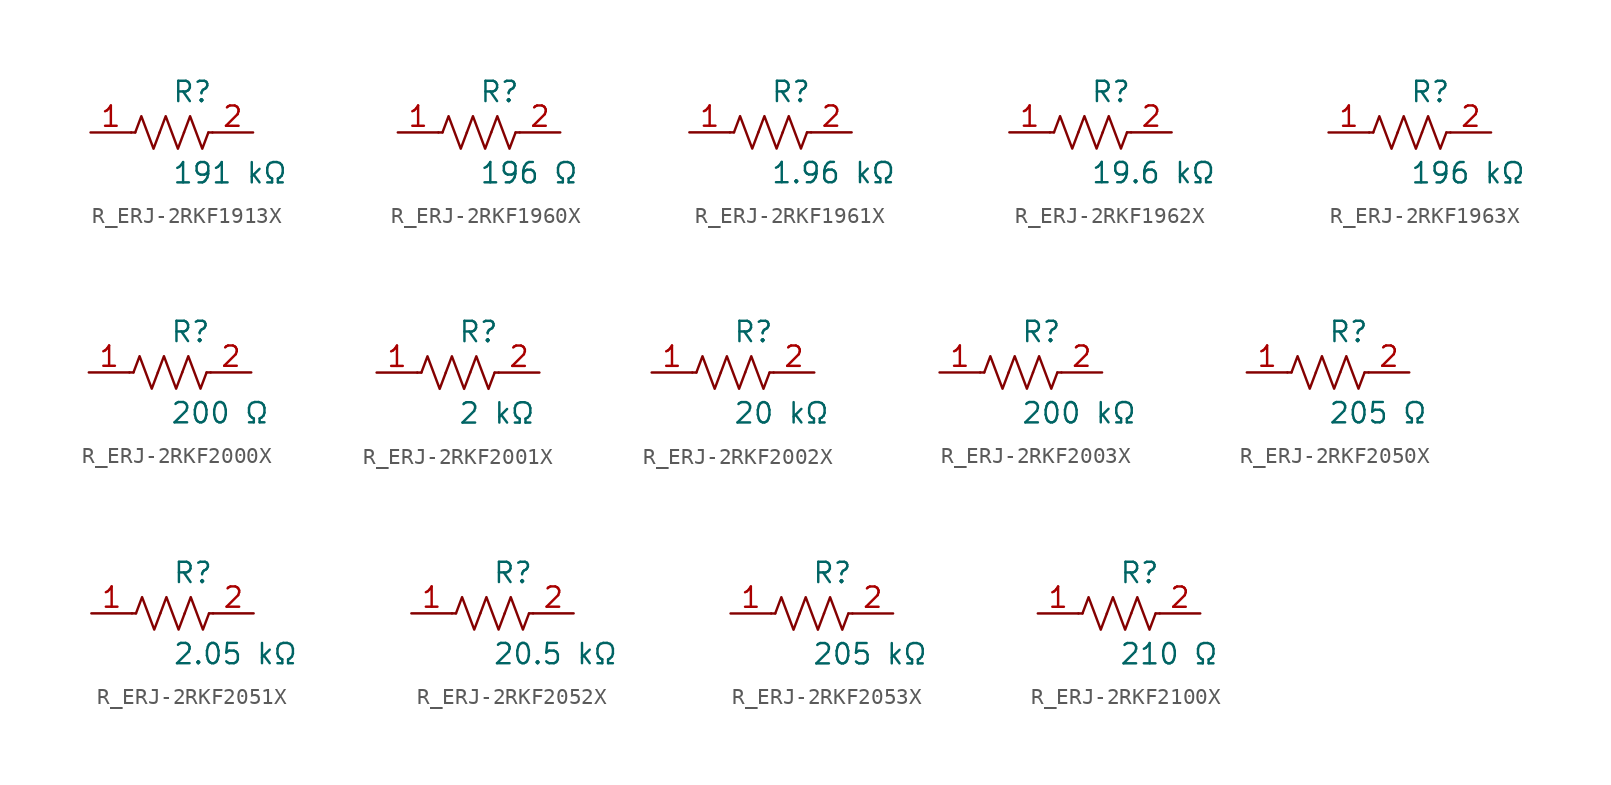
<source format=kicad_sym>
(kicad_symbol_lib
  (version 20231120)
  (generator kicad_symbol_editor)
  (generator_version 8.0)
  (symbol "R_ERJ-2RKF1913X"
    (pin_names
      (offset 0.254))
    (property "Reference" "R"
      (at 0 2.54 0)
      (effects (font (size 1.27 1.27)) (justify left)))
    (property "Value" "191 kΩ"
      (at 0 -2.54 0)
      (effects (font (size 1.27 1.27)) (justify left)))
    (symbol "R_ERJ-2RKF1913X_0_1"
      (polyline (pts (xy 2.286 0) (xy 2.54 0)) (stroke (width 0) (type default)) (fill (type none)))
      (polyline (pts (xy -2.286 0) (xy -2.54 0)) (stroke (width 0) (type default)) (fill (type none)))
      (polyline (pts (xy 0.762 0) (xy 1.143 1.016) (xy 1.524 0) (xy 1.905 -1.016) (xy 2.286 0)) (stroke (width 0) (type default)) (fill (type none)))
      (polyline (pts (xy -0.762 0) (xy -0.381 1.016) (xy 0 0) (xy 0.381 -1.016) (xy 0.762 0)) (stroke (width 0) (type default)) (fill (type none)))
      (polyline (pts (xy -2.286 0) (xy -1.905 1.016) (xy -1.524 0) (xy -1.143 -1.016) (xy -0.762 0)) (stroke (width 0) (type default)) (fill (type none))))
    (pin passive line
      (at -5.08 0 0)
      (length 2.54)
      (name "" (effects (font (size 1.27 1.27))))
      (number "1" (effects (font (size 1.27 1.27)))))
    (pin passive line
      (at 5.08 0 180)
      (length 2.54)
      (name "" (effects (font (size 1.27 1.27))))
      (number "2" (effects (font (size 1.27 1.27))))))
  (symbol "R_ERJ-2RKF1960X"
    (pin_names
      (offset 0.254))
    (property "Reference" "R"
      (at 0 2.54 0)
      (effects (font (size 1.27 1.27)) (justify left)))
    (property "Value" "196 Ω"
      (at 0 -2.54 0)
      (effects (font (size 1.27 1.27)) (justify left)))
    (symbol "R_ERJ-2RKF1960X_0_1"
      (polyline (pts (xy 2.286 0) (xy 2.54 0)) (stroke (width 0) (type default)) (fill (type none)))
      (polyline (pts (xy -2.286 0) (xy -2.54 0)) (stroke (width 0) (type default)) (fill (type none)))
      (polyline (pts (xy 0.762 0) (xy 1.143 1.016) (xy 1.524 0) (xy 1.905 -1.016) (xy 2.286 0)) (stroke (width 0) (type default)) (fill (type none)))
      (polyline (pts (xy -0.762 0) (xy -0.381 1.016) (xy 0 0) (xy 0.381 -1.016) (xy 0.762 0)) (stroke (width 0) (type default)) (fill (type none)))
      (polyline (pts (xy -2.286 0) (xy -1.905 1.016) (xy -1.524 0) (xy -1.143 -1.016) (xy -0.762 0)) (stroke (width 0) (type default)) (fill (type none))))
    (pin passive line
      (at -5.08 0 0)
      (length 2.54)
      (name "" (effects (font (size 1.27 1.27))))
      (number "1" (effects (font (size 1.27 1.27)))))
    (pin passive line
      (at 5.08 0 180)
      (length 2.54)
      (name "" (effects (font (size 1.27 1.27))))
      (number "2" (effects (font (size 1.27 1.27))))))
  (symbol "R_ERJ-2RKF1961X"
    (pin_names
      (offset 0.254))
    (property "Reference" "R"
      (at 0 2.54 0)
      (effects (font (size 1.27 1.27)) (justify left)))
    (property "Value" "1.96 kΩ"
      (at 0 -2.54 0)
      (effects (font (size 1.27 1.27)) (justify left)))
    (symbol "R_ERJ-2RKF1961X_0_1"
      (polyline (pts (xy 2.286 0) (xy 2.54 0)) (stroke (width 0) (type default)) (fill (type none)))
      (polyline (pts (xy -2.286 0) (xy -2.54 0)) (stroke (width 0) (type default)) (fill (type none)))
      (polyline (pts (xy 0.762 0) (xy 1.143 1.016) (xy 1.524 0) (xy 1.905 -1.016) (xy 2.286 0)) (stroke (width 0) (type default)) (fill (type none)))
      (polyline (pts (xy -0.762 0) (xy -0.381 1.016) (xy 0 0) (xy 0.381 -1.016) (xy 0.762 0)) (stroke (width 0) (type default)) (fill (type none)))
      (polyline (pts (xy -2.286 0) (xy -1.905 1.016) (xy -1.524 0) (xy -1.143 -1.016) (xy -0.762 0)) (stroke (width 0) (type default)) (fill (type none))))
    (pin passive line
      (at -5.08 0 0)
      (length 2.54)
      (name "" (effects (font (size 1.27 1.27))))
      (number "1" (effects (font (size 1.27 1.27)))))
    (pin passive line
      (at 5.08 0 180)
      (length 2.54)
      (name "" (effects (font (size 1.27 1.27))))
      (number "2" (effects (font (size 1.27 1.27))))))
  (symbol "R_ERJ-2RKF1962X"
    (pin_names
      (offset 0.254))
    (property "Reference" "R"
      (at 0 2.54 0)
      (effects (font (size 1.27 1.27)) (justify left)))
    (property "Value" "19.6 kΩ"
      (at 0 -2.54 0)
      (effects (font (size 1.27 1.27)) (justify left)))
    (symbol "R_ERJ-2RKF1962X_0_1"
      (polyline (pts (xy 2.286 0) (xy 2.54 0)) (stroke (width 0) (type default)) (fill (type none)))
      (polyline (pts (xy -2.286 0) (xy -2.54 0)) (stroke (width 0) (type default)) (fill (type none)))
      (polyline (pts (xy 0.762 0) (xy 1.143 1.016) (xy 1.524 0) (xy 1.905 -1.016) (xy 2.286 0)) (stroke (width 0) (type default)) (fill (type none)))
      (polyline (pts (xy -0.762 0) (xy -0.381 1.016) (xy 0 0) (xy 0.381 -1.016) (xy 0.762 0)) (stroke (width 0) (type default)) (fill (type none)))
      (polyline (pts (xy -2.286 0) (xy -1.905 1.016) (xy -1.524 0) (xy -1.143 -1.016) (xy -0.762 0)) (stroke (width 0) (type default)) (fill (type none))))
    (pin passive line
      (at -5.08 0 0)
      (length 2.54)
      (name "" (effects (font (size 1.27 1.27))))
      (number "1" (effects (font (size 1.27 1.27)))))
    (pin passive line
      (at 5.08 0 180)
      (length 2.54)
      (name "" (effects (font (size 1.27 1.27))))
      (number "2" (effects (font (size 1.27 1.27))))))
  (symbol "R_ERJ-2RKF1963X"
    (pin_names
      (offset 0.254))
    (property "Reference" "R"
      (at 0 2.54 0)
      (effects (font (size 1.27 1.27)) (justify left)))
    (property "Value" "196 kΩ"
      (at 0 -2.54 0)
      (effects (font (size 1.27 1.27)) (justify left)))
    (symbol "R_ERJ-2RKF1963X_0_1"
      (polyline (pts (xy 2.286 0) (xy 2.54 0)) (stroke (width 0) (type default)) (fill (type none)))
      (polyline (pts (xy -2.286 0) (xy -2.54 0)) (stroke (width 0) (type default)) (fill (type none)))
      (polyline (pts (xy 0.762 0) (xy 1.143 1.016) (xy 1.524 0) (xy 1.905 -1.016) (xy 2.286 0)) (stroke (width 0) (type default)) (fill (type none)))
      (polyline (pts (xy -0.762 0) (xy -0.381 1.016) (xy 0 0) (xy 0.381 -1.016) (xy 0.762 0)) (stroke (width 0) (type default)) (fill (type none)))
      (polyline (pts (xy -2.286 0) (xy -1.905 1.016) (xy -1.524 0) (xy -1.143 -1.016) (xy -0.762 0)) (stroke (width 0) (type default)) (fill (type none))))
    (pin passive line
      (at -5.08 0 0)
      (length 2.54)
      (name "" (effects (font (size 1.27 1.27))))
      (number "1" (effects (font (size 1.27 1.27)))))
    (pin passive line
      (at 5.08 0 180)
      (length 2.54)
      (name "" (effects (font (size 1.27 1.27))))
      (number "2" (effects (font (size 1.27 1.27))))))
  (symbol "R_ERJ-2RKF2000X"
    (pin_names
      (offset 0.254))
    (property "Reference" "R"
      (at 0 2.54 0)
      (effects (font (size 1.27 1.27)) (justify left)))
    (property "Value" "200 Ω"
      (at 0 -2.54 0)
      (effects (font (size 1.27 1.27)) (justify left)))
    (symbol "R_ERJ-2RKF2000X_0_1"
      (polyline (pts (xy 2.286 0) (xy 2.54 0)) (stroke (width 0) (type default)) (fill (type none)))
      (polyline (pts (xy -2.286 0) (xy -2.54 0)) (stroke (width 0) (type default)) (fill (type none)))
      (polyline (pts (xy 0.762 0) (xy 1.143 1.016) (xy 1.524 0) (xy 1.905 -1.016) (xy 2.286 0)) (stroke (width 0) (type default)) (fill (type none)))
      (polyline (pts (xy -0.762 0) (xy -0.381 1.016) (xy 0 0) (xy 0.381 -1.016) (xy 0.762 0)) (stroke (width 0) (type default)) (fill (type none)))
      (polyline (pts (xy -2.286 0) (xy -1.905 1.016) (xy -1.524 0) (xy -1.143 -1.016) (xy -0.762 0)) (stroke (width 0) (type default)) (fill (type none))))
    (pin passive line
      (at -5.08 0 0)
      (length 2.54)
      (name "" (effects (font (size 1.27 1.27))))
      (number "1" (effects (font (size 1.27 1.27)))))
    (pin passive line
      (at 5.08 0 180)
      (length 2.54)
      (name "" (effects (font (size 1.27 1.27))))
      (number "2" (effects (font (size 1.27 1.27))))))
  (symbol "R_ERJ-2RKF2001X"
    (pin_names
      (offset 0.254))
    (property "Reference" "R"
      (at 0 2.54 0)
      (effects (font (size 1.27 1.27)) (justify left)))
    (property "Value" "2 kΩ"
      (at 0 -2.54 0)
      (effects (font (size 1.27 1.27)) (justify left)))
    (symbol "R_ERJ-2RKF2001X_0_1"
      (polyline (pts (xy 2.286 0) (xy 2.54 0)) (stroke (width 0) (type default)) (fill (type none)))
      (polyline (pts (xy -2.286 0) (xy -2.54 0)) (stroke (width 0) (type default)) (fill (type none)))
      (polyline (pts (xy 0.762 0) (xy 1.143 1.016) (xy 1.524 0) (xy 1.905 -1.016) (xy 2.286 0)) (stroke (width 0) (type default)) (fill (type none)))
      (polyline (pts (xy -0.762 0) (xy -0.381 1.016) (xy 0 0) (xy 0.381 -1.016) (xy 0.762 0)) (stroke (width 0) (type default)) (fill (type none)))
      (polyline (pts (xy -2.286 0) (xy -1.905 1.016) (xy -1.524 0) (xy -1.143 -1.016) (xy -0.762 0)) (stroke (width 0) (type default)) (fill (type none))))
    (pin passive line
      (at -5.08 0 0)
      (length 2.54)
      (name "" (effects (font (size 1.27 1.27))))
      (number "1" (effects (font (size 1.27 1.27)))))
    (pin passive line
      (at 5.08 0 180)
      (length 2.54)
      (name "" (effects (font (size 1.27 1.27))))
      (number "2" (effects (font (size 1.27 1.27))))))
  (symbol "R_ERJ-2RKF2002X"
    (pin_names
      (offset 0.254))
    (property "Reference" "R"
      (at 0 2.54 0)
      (effects (font (size 1.27 1.27)) (justify left)))
    (property "Value" "20 kΩ"
      (at 0 -2.54 0)
      (effects (font (size 1.27 1.27)) (justify left)))
    (symbol "R_ERJ-2RKF2002X_0_1"
      (polyline (pts (xy 2.286 0) (xy 2.54 0)) (stroke (width 0) (type default)) (fill (type none)))
      (polyline (pts (xy -2.286 0) (xy -2.54 0)) (stroke (width 0) (type default)) (fill (type none)))
      (polyline (pts (xy 0.762 0) (xy 1.143 1.016) (xy 1.524 0) (xy 1.905 -1.016) (xy 2.286 0)) (stroke (width 0) (type default)) (fill (type none)))
      (polyline (pts (xy -0.762 0) (xy -0.381 1.016) (xy 0 0) (xy 0.381 -1.016) (xy 0.762 0)) (stroke (width 0) (type default)) (fill (type none)))
      (polyline (pts (xy -2.286 0) (xy -1.905 1.016) (xy -1.524 0) (xy -1.143 -1.016) (xy -0.762 0)) (stroke (width 0) (type default)) (fill (type none))))
    (pin passive line
      (at -5.08 0 0)
      (length 2.54)
      (name "" (effects (font (size 1.27 1.27))))
      (number "1" (effects (font (size 1.27 1.27)))))
    (pin passive line
      (at 5.08 0 180)
      (length 2.54)
      (name "" (effects (font (size 1.27 1.27))))
      (number "2" (effects (font (size 1.27 1.27))))))
  (symbol "R_ERJ-2RKF2003X"
    (pin_names
      (offset 0.254))
    (property "Reference" "R"
      (at 0 2.54 0)
      (effects (font (size 1.27 1.27)) (justify left)))
    (property "Value" "200 kΩ"
      (at 0 -2.54 0)
      (effects (font (size 1.27 1.27)) (justify left)))
    (symbol "R_ERJ-2RKF2003X_0_1"
      (polyline (pts (xy 2.286 0) (xy 2.54 0)) (stroke (width 0) (type default)) (fill (type none)))
      (polyline (pts (xy -2.286 0) (xy -2.54 0)) (stroke (width 0) (type default)) (fill (type none)))
      (polyline (pts (xy 0.762 0) (xy 1.143 1.016) (xy 1.524 0) (xy 1.905 -1.016) (xy 2.286 0)) (stroke (width 0) (type default)) (fill (type none)))
      (polyline (pts (xy -0.762 0) (xy -0.381 1.016) (xy 0 0) (xy 0.381 -1.016) (xy 0.762 0)) (stroke (width 0) (type default)) (fill (type none)))
      (polyline (pts (xy -2.286 0) (xy -1.905 1.016) (xy -1.524 0) (xy -1.143 -1.016) (xy -0.762 0)) (stroke (width 0) (type default)) (fill (type none))))
    (pin passive line
      (at -5.08 0 0)
      (length 2.54)
      (name "" (effects (font (size 1.27 1.27))))
      (number "1" (effects (font (size 1.27 1.27)))))
    (pin passive line
      (at 5.08 0 180)
      (length 2.54)
      (name "" (effects (font (size 1.27 1.27))))
      (number "2" (effects (font (size 1.27 1.27))))))
  (symbol "R_ERJ-2RKF2050X"
    (pin_names
      (offset 0.254))
    (property "Reference" "R"
      (at 0 2.54 0)
      (effects (font (size 1.27 1.27)) (justify left)))
    (property "Value" "205 Ω"
      (at 0 -2.54 0)
      (effects (font (size 1.27 1.27)) (justify left)))
    (symbol "R_ERJ-2RKF2050X_0_1"
      (polyline (pts (xy 2.286 0) (xy 2.54 0)) (stroke (width 0) (type default)) (fill (type none)))
      (polyline (pts (xy -2.286 0) (xy -2.54 0)) (stroke (width 0) (type default)) (fill (type none)))
      (polyline (pts (xy 0.762 0) (xy 1.143 1.016) (xy 1.524 0) (xy 1.905 -1.016) (xy 2.286 0)) (stroke (width 0) (type default)) (fill (type none)))
      (polyline (pts (xy -0.762 0) (xy -0.381 1.016) (xy 0 0) (xy 0.381 -1.016) (xy 0.762 0)) (stroke (width 0) (type default)) (fill (type none)))
      (polyline (pts (xy -2.286 0) (xy -1.905 1.016) (xy -1.524 0) (xy -1.143 -1.016) (xy -0.762 0)) (stroke (width 0) (type default)) (fill (type none))))
    (pin passive line
      (at -5.08 0 0)
      (length 2.54)
      (name "" (effects (font (size 1.27 1.27))))
      (number "1" (effects (font (size 1.27 1.27)))))
    (pin passive line
      (at 5.08 0 180)
      (length 2.54)
      (name "" (effects (font (size 1.27 1.27))))
      (number "2" (effects (font (size 1.27 1.27))))))
  (symbol "R_ERJ-2RKF2051X"
    (pin_names
      (offset 0.254))
    (property "Reference" "R"
      (at 0 2.54 0)
      (effects (font (size 1.27 1.27)) (justify left)))
    (property "Value" "2.05 kΩ"
      (at 0 -2.54 0)
      (effects (font (size 1.27 1.27)) (justify left)))
    (symbol "R_ERJ-2RKF2051X_0_1"
      (polyline (pts (xy 2.286 0) (xy 2.54 0)) (stroke (width 0) (type default)) (fill (type none)))
      (polyline (pts (xy -2.286 0) (xy -2.54 0)) (stroke (width 0) (type default)) (fill (type none)))
      (polyline (pts (xy 0.762 0) (xy 1.143 1.016) (xy 1.524 0) (xy 1.905 -1.016) (xy 2.286 0)) (stroke (width 0) (type default)) (fill (type none)))
      (polyline (pts (xy -0.762 0) (xy -0.381 1.016) (xy 0 0) (xy 0.381 -1.016) (xy 0.762 0)) (stroke (width 0) (type default)) (fill (type none)))
      (polyline (pts (xy -2.286 0) (xy -1.905 1.016) (xy -1.524 0) (xy -1.143 -1.016) (xy -0.762 0)) (stroke (width 0) (type default)) (fill (type none))))
    (pin passive line
      (at -5.08 0 0)
      (length 2.54)
      (name "" (effects (font (size 1.27 1.27))))
      (number "1" (effects (font (size 1.27 1.27)))))
    (pin passive line
      (at 5.08 0 180)
      (length 2.54)
      (name "" (effects (font (size 1.27 1.27))))
      (number "2" (effects (font (size 1.27 1.27))))))
  (symbol "R_ERJ-2RKF2052X"
    (pin_names
      (offset 0.254))
    (property "Reference" "R"
      (at 0 2.54 0)
      (effects (font (size 1.27 1.27)) (justify left)))
    (property "Value" "20.5 kΩ"
      (at 0 -2.54 0)
      (effects (font (size 1.27 1.27)) (justify left)))
    (symbol "R_ERJ-2RKF2052X_0_1"
      (polyline (pts (xy 2.286 0) (xy 2.54 0)) (stroke (width 0) (type default)) (fill (type none)))
      (polyline (pts (xy -2.286 0) (xy -2.54 0)) (stroke (width 0) (type default)) (fill (type none)))
      (polyline (pts (xy 0.762 0) (xy 1.143 1.016) (xy 1.524 0) (xy 1.905 -1.016) (xy 2.286 0)) (stroke (width 0) (type default)) (fill (type none)))
      (polyline (pts (xy -0.762 0) (xy -0.381 1.016) (xy 0 0) (xy 0.381 -1.016) (xy 0.762 0)) (stroke (width 0) (type default)) (fill (type none)))
      (polyline (pts (xy -2.286 0) (xy -1.905 1.016) (xy -1.524 0) (xy -1.143 -1.016) (xy -0.762 0)) (stroke (width 0) (type default)) (fill (type none))))
    (pin passive line
      (at -5.08 0 0)
      (length 2.54)
      (name "" (effects (font (size 1.27 1.27))))
      (number "1" (effects (font (size 1.27 1.27)))))
    (pin passive line
      (at 5.08 0 180)
      (length 2.54)
      (name "" (effects (font (size 1.27 1.27))))
      (number "2" (effects (font (size 1.27 1.27))))))
  (symbol "R_ERJ-2RKF2053X"
    (pin_names
      (offset 0.254))
    (property "Reference" "R"
      (at 0 2.54 0)
      (effects (font (size 1.27 1.27)) (justify left)))
    (property "Value" "205 kΩ"
      (at 0 -2.54 0)
      (effects (font (size 1.27 1.27)) (justify left)))
    (symbol "R_ERJ-2RKF2053X_0_1"
      (polyline (pts (xy 2.286 0) (xy 2.54 0)) (stroke (width 0) (type default)) (fill (type none)))
      (polyline (pts (xy -2.286 0) (xy -2.54 0)) (stroke (width 0) (type default)) (fill (type none)))
      (polyline (pts (xy 0.762 0) (xy 1.143 1.016) (xy 1.524 0) (xy 1.905 -1.016) (xy 2.286 0)) (stroke (width 0) (type default)) (fill (type none)))
      (polyline (pts (xy -0.762 0) (xy -0.381 1.016) (xy 0 0) (xy 0.381 -1.016) (xy 0.762 0)) (stroke (width 0) (type default)) (fill (type none)))
      (polyline (pts (xy -2.286 0) (xy -1.905 1.016) (xy -1.524 0) (xy -1.143 -1.016) (xy -0.762 0)) (stroke (width 0) (type default)) (fill (type none))))
    (pin passive line
      (at -5.08 0 0)
      (length 2.54)
      (name "" (effects (font (size 1.27 1.27))))
      (number "1" (effects (font (size 1.27 1.27)))))
    (pin passive line
      (at 5.08 0 180)
      (length 2.54)
      (name "" (effects (font (size 1.27 1.27))))
      (number "2" (effects (font (size 1.27 1.27))))))
  (symbol "R_ERJ-2RKF2100X"
    (pin_names
      (offset 0.254))
    (property "Reference" "R"
      (at 0 2.54 0)
      (effects (font (size 1.27 1.27)) (justify left)))
    (property "Value" "210 Ω"
      (at 0 -2.54 0)
      (effects (font (size 1.27 1.27)) (justify left)))
    (symbol "R_ERJ-2RKF2100X_0_1"
      (polyline (pts (xy 2.286 0) (xy 2.54 0)) (stroke (width 0) (type default)) (fill (type none)))
      (polyline (pts (xy -2.286 0) (xy -2.54 0)) (stroke (width 0) (type default)) (fill (type none)))
      (polyline (pts (xy 0.762 0) (xy 1.143 1.016) (xy 1.524 0) (xy 1.905 -1.016) (xy 2.286 0)) (stroke (width 0) (type default)) (fill (type none)))
      (polyline (pts (xy -0.762 0) (xy -0.381 1.016) (xy 0 0) (xy 0.381 -1.016) (xy 0.762 0)) (stroke (width 0) (type default)) (fill (type none)))
      (polyline (pts (xy -2.286 0) (xy -1.905 1.016) (xy -1.524 0) (xy -1.143 -1.016) (xy -0.762 0)) (stroke (width 0) (type default)) (fill (type none))))
    (pin passive line
      (at -5.08 0 0)
      (length 2.54)
      (name "" (effects (font (size 1.27 1.27))))
      (number "1" (effects (font (size 1.27 1.27)))))
    (pin passive line
      (at 5.08 0 180)
      (length 2.54)
      (name "" (effects (font (size 1.27 1.27))))
      (number "2" (effects (font (size 1.27 1.27)))))))
</source>
